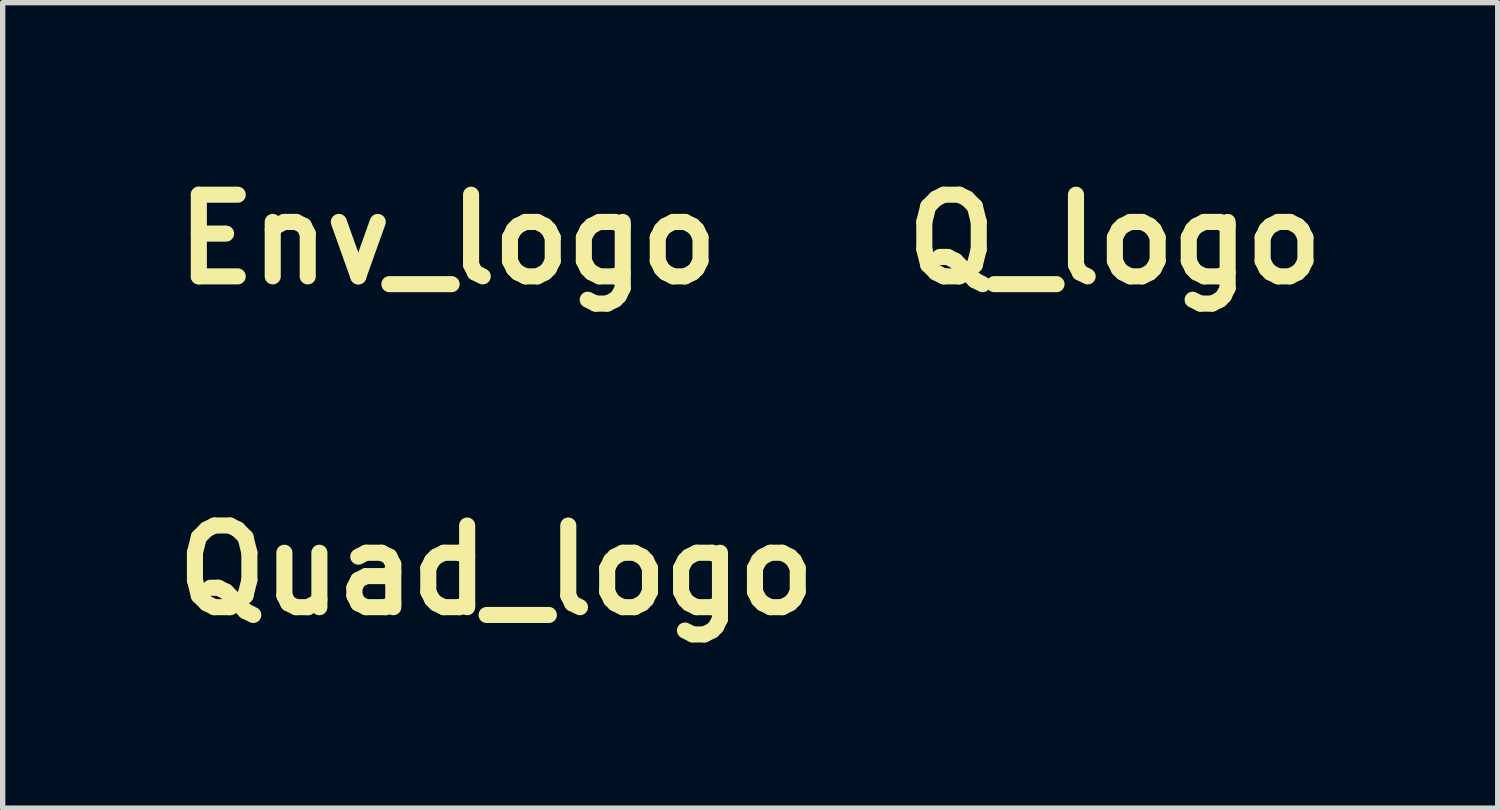
<source format=kicad_pcb>
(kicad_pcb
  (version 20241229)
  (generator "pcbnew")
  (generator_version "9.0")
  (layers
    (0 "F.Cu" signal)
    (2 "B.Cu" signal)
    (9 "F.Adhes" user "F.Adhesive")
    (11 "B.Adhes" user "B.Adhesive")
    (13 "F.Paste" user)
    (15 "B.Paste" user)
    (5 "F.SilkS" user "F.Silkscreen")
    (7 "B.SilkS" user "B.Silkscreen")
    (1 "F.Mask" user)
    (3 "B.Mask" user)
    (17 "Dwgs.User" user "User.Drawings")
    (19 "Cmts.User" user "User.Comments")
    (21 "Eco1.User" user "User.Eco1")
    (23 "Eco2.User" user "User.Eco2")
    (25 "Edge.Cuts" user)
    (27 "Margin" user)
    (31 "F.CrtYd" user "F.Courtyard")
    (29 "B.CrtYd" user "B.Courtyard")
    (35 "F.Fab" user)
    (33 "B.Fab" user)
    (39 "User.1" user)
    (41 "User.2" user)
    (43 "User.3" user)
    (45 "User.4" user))
  (footprint "Quad_logo"
    (layer "F.Cu")
    (at 6.212 7.591)
    (property "Reference" "Quad_logo" (at 0 0 0) (layer "F.SilkS") (effects (font (size 1.524 1.524) (thickness 0.3))))
    (attr board_only exclude_from_pos_files exclude_from_bom)
    (fp_poly (pts (xy -0.804 -0.134) (xy -0.802 0.158) (xy -0.794 0.378) (xy -0.778 0.535) (xy -0.751 0.64) (xy -0.711 0.703) (xy -0.653 0.734) (xy -0.577 0.742) (xy -0.57 0.742) (xy -0.442 0.742) (xy -0.472 -0.041) (xy -0.502 -0.825) (xy 0.093 -0.825) (xy 0.067 -0.696) (xy 0.059 -0.614) (xy 0.051 -0.465) (xy 0.046 -0.266) (xy 0.042 -0.032) (xy 0.041 0.189) (xy 0.041 0.473) (xy 0.038 0.686) (xy 0.023 0.837) (xy -0.01 0.939) (xy -0.067 1.001) (xy -0.156 1.034) (xy -0.283 1.05) (xy -0.455 1.058) (xy -0.514 1.061) (xy -0.702 1.067) (xy -0.833 1.062) (xy -0.934 1.042) (xy -1.029 1.004) (xy -1.072 0.982) (xy -1.184 0.914) (xy -1.275 0.831) (xy -1.348 0.723) (xy -1.405 0.581) (xy -1.452 0.394) (xy -1.49 0.152) (xy -1.523 -0.154) (xy -1.549 -0.464) (xy -1.577 -0.825) (xy -1.19 -0.825) (xy -0.804 -0.825)) (stroke (width 0) (type solid)) (fill yes) (layer "F.Mask"))
    (fp_poly (pts (xy 2.609 -0.805) (xy 2.875 -0.705) (xy 3.089 -0.555) (xy 3.229 -0.381) (xy 3.29 -0.221) (xy 3.325 -0.016) (xy 3.33 0.2) (xy 3.304 0.394) (xy 3.302 0.403) (xy 3.208 0.609) (xy 3.054 0.794) (xy 2.864 0.933) (xy 2.818 0.955) (xy 2.675 0.999) (xy 2.48 1.032) (xy 2.264 1.052) (xy 2.057 1.056) (xy 1.913 1.045) (xy 1.786 1.027) (xy 1.766 0.502) (xy 2.478 0.502) (xy 2.479 0.613) (xy 2.489 0.671) (xy 2.512 0.69) (xy 2.551 0.684) (xy 2.565 0.679) (xy 2.671 0.627) (xy 2.736 0.578) (xy 2.789 0.491) (xy 2.827 0.364) (xy 2.833 0.324) (xy 2.824 0.151) (xy 2.756 0.026) (xy 2.635 -0.042) (xy 2.598 -0.049) (xy 2.55 -0.052) (xy 2.519 -0.038) (xy 2.501 0.01) (xy 2.491 0.106) (xy 2.485 0.266) (xy 2.483 0.323) (xy 2.478 0.502) (xy 1.766 0.502) (xy 1.758 0.286) (xy 1.747 0.033) (xy 1.736 -0.204) (xy 1.724 -0.408) (xy 1.713 -0.561) (xy 1.706 -0.634) (xy 1.681 -0.814) (xy 1.955 -0.843) (xy 2.299 -0.852)) (stroke (width 0) (type solid)) (fill yes) (layer "F.Mask"))
    (fp_poly (pts (xy -2.129 -0.831) (xy -1.927 -0.705) (xy -1.771 -0.518) (xy -1.727 -0.435) (xy -1.668 -0.233) (xy -1.646 0.011) (xy -1.66 0.265) (xy -1.709 0.5) (xy -1.749 0.605) (xy -1.825 0.739) (xy -1.912 0.849) (xy -1.961 0.892) (xy -2.073 0.965) (xy -1.913 1.099) (xy -1.827 1.177) (xy -1.778 1.233) (xy -1.774 1.248) (xy -1.818 1.28) (xy -1.901 1.338) (xy -1.921 1.352) (xy -2.049 1.44) (xy -2.164 1.32) (xy -2.238 1.221) (xy -2.256 1.142) (xy -2.254 1.136) (xy -2.253 1.098) (xy -2.298 1.079) (xy -2.405 1.072) (xy -2.444 1.072) (xy -2.663 1.047) (xy -2.843 0.965) (xy -2.999 0.818) (xy -3.144 0.598) (xy -3.19 0.496) (xy -3.218 0.384) (xy -3.229 0.267) (xy -2.653 0.267) (xy -2.632 0.429) (xy -2.575 0.56) (xy -2.495 0.642) (xy -2.433 0.66) (xy -2.354 0.628) (xy -2.283 0.553) (xy -2.236 0.436) (xy -2.216 0.288) (xy -2.222 0.142) (xy -2.257 0.035) (xy -2.266 0.023) (xy -2.345 -0.025) (xy -2.433 -0.041) (xy -2.552 -0.013) (xy -2.624 0.076) (xy -2.652 0.231) (xy -2.653 0.267) (xy -3.229 0.267) (xy -3.232 0.237) (xy -3.236 0.062) (xy -3.233 -0.125) (xy -3.222 -0.256) (xy -3.197 -0.356) (xy -3.152 -0.453) (xy -3.125 -0.499) (xy -3.004 -0.669) (xy -2.862 -0.781) (xy -2.675 -0.854) (xy -2.609 -0.871) (xy -2.361 -0.889)) (stroke (width 0) (type solid)) (fill yes) (layer "F.Mask"))
    (fp_poly (pts (xy 1.279 -0.588) (xy 1.307 -0.456) (xy 1.347 -0.276) (xy 1.394 -0.064) (xy 1.445 0.164) (xy 1.497 0.391) (xy 1.546 0.6) (xy 1.587 0.777) (xy 1.618 0.903) (xy 1.633 0.959) (xy 1.636 0.994) (xy 1.607 1.016) (xy 1.533 1.027) (xy 1.398 1.031) (xy 1.318 1.031) (xy 1.151 1.029) (xy 1.048 1.02) (xy 0.992 1.001) (xy 0.966 0.967) (xy 0.96 0.947) (xy 0.943 0.897) (xy 0.913 0.887) (xy 0.848 0.918) (xy 0.79 0.951) (xy 0.696 0.997) (xy 0.637 1.007) (xy 0.629 0.999) (xy 0.595 0.936) (xy 0.561 0.886) (xy 0.521 0.84) (xy 0.497 0.861) (xy 0.48 0.921) (xy 0.45 0.993) (xy 0.393 1.024) (xy 0.288 1.031) (xy 0.185 1.023) (xy 0.128 1.002) (xy 0.124 0.994) (xy 0.133 0.943) (xy 0.158 0.827) (xy 0.193 0.67) (xy 0.578 0.67) (xy 0.603 0.696) (xy 0.684 0.685) (xy 0.705 0.68) (xy 0.804 0.656) (xy 0.86 0.636) (xy 0.862 0.635) (xy 0.862 0.588) (xy 0.838 0.497) (xy 0.802 0.392) (xy 0.763 0.304) (xy 0.735 0.263) (xy 0.699 0.283) (xy 0.655 0.364) (xy 0.613 0.491) (xy 0.589 0.592) (xy 0.578 0.67) (xy 0.193 0.67) (xy 0.195 0.661) (xy 0.242 0.46) (xy 0.264 0.365) (xy 0.32 0.125) (xy 0.374 -0.116) (xy 0.419 -0.333) (xy 0.452 -0.499) (xy 0.457 -0.526) (xy 0.508 -0.825) (xy 1.231 -0.825)) (stroke (width 0) (type solid)) (fill yes) (layer "F.Mask")))
  (footprint "Env_logo"
    (layer "F.Cu")
    (at 5.305 1.418)
    (property "Reference" "Env_logo" (at 0 0 0) (layer "F.SilkS") (effects (font (size 1.524 1.524) (thickness 0.3))))
    (attr board_only exclude_from_pos_files exclude_from_bom)
    (fp_poly (pts (xy 3.108 -1.333) (xy 3.413 -1.333) (xy 3.076 -0.288) (xy 2.955 0.089) (xy 2.84 0.455) (xy 2.739 0.779) (xy 2.663 1.032) (xy 2.631 1.141) (xy 2.523 1.524) (xy 1.865 1.524) (xy 1.715 1) (xy 1.638 0.741) (xy 1.533 0.403) (xy 1.412 0.024) (xy 1.288 -0.354) (xy 1.263 -0.429) (xy 0.962 -1.333) (xy 2.275 -1.333) (xy 2.318 -1.064) (xy 2.363 -0.817) (xy 2.418 -0.557) (xy 2.428 -0.517) (xy 2.474 -0.365) (xy 2.516 -0.317) (xy 2.562 -0.378) (xy 2.616 -0.554) (xy 2.664 -0.762) (xy 2.724 -1.03) (xy 2.771 -1.198) (xy 2.823 -1.289) (xy 2.898 -1.326) (xy 3.015 -1.334)) (stroke (width 0) (type solid)) (fill yes) (layer "F.Mask"))
    (fp_poly (pts (xy 0.493 -1.334) (xy 0.827 -1.333) (xy 0.786 -0.429) (xy 0.768 -0.046) (xy 0.747 0.343) (xy 0.726 0.697) (xy 0.707 0.972) (xy 0.706 0.993) (xy 0.667 1.51) (xy 0.045 1.041) (xy -0.199 0.86) (xy -0.408 0.712) (xy -0.561 0.611) (xy -0.636 0.572) (xy -0.637 0.572) (xy -0.667 0.63) (xy -0.688 0.784) (xy -0.698 1.004) (xy -0.699 1.048) (xy -0.699 1.524) (xy -1.257 1.524) (xy -1.294 1.032) (xy -1.312 0.768) (xy -1.332 0.424) (xy -1.353 0.046) (xy -1.369 -0.286) (xy -1.386 -0.605) (xy -1.404 -0.886) (xy -1.421 -1.098) (xy -1.436 -1.216) (xy -1.438 -1.222) (xy -1.44 -1.28) (xy -1.391 -1.314) (xy -1.267 -1.329) (xy -1.041 -1.333) (xy -1.013 -1.333) (xy -0.557 -1.334) (xy 0.204 -0.674) (xy 0.182 -1.004) (xy 0.159 -1.334)) (stroke (width 0) (type solid)) (fill yes) (layer "F.Mask"))
    (fp_poly (pts (xy -1.636 -0.873) (xy -1.651 -0.563) (xy -1.67 -0.36) (xy -1.707 -0.24) (xy -1.772 -0.185) (xy -1.877 -0.172) (xy -2.029 -0.181) (xy -2.218 -0.19) (xy -2.313 -0.173) (xy -2.346 -0.115) (xy -2.349 -0.038) (xy -2.34 0.059) (xy -2.291 0.108) (xy -2.17 0.125) (xy -2.024 0.127) (xy -1.699 0.127) (xy -1.738 0.325) (xy -1.766 0.481) (xy -1.778 0.579) (xy -1.778 0.579) (xy -1.835 0.613) (xy -1.978 0.632) (xy -2.064 0.635) (xy -2.239 0.64) (xy -2.323 0.672) (xy -2.348 0.754) (xy -2.349 0.831) (xy -2.349 1.028) (xy -2 1.006) (xy -1.651 0.984) (xy -1.691 1.206) (xy -1.725 1.368) (xy -1.755 1.47) (xy -1.758 1.476) (xy -1.829 1.494) (xy -2.001 1.509) (xy -2.251 1.519) (xy -2.553 1.524) (xy -2.599 1.524) (xy -3.412 1.524) (xy -3.458 0.18) (xy -3.473 -0.224) (xy -3.49 -0.588) (xy -3.506 -0.891) (xy -3.521 -1.113) (xy -3.534 -1.235) (xy -3.537 -1.249) (xy -3.527 -1.282) (xy -3.458 -1.306) (xy -3.314 -1.321) (xy -3.079 -1.33) (xy -2.739 -1.333) (xy -2.592 -1.334) (xy -1.615 -1.334)) (stroke (width 0) (type solid)) (fill yes) (layer "F.Mask")))
  (footprint "Q_logo"
    (layer "F.Cu")
    (at 17.754 1.418)
    (property "Reference" "Q_logo" (at 0 0 0) (layer "F.SilkS") (effects (font (size 1.524 1.524) (thickness 0.3))))
    (attr board_only exclude_from_pos_files exclude_from_bom)
    (fp_poly (pts (xy 0.278 -1.094) (xy 0.531 -0.936) (xy 0.727 -0.702) (xy 0.782 -0.597) (xy 0.856 -0.344) (xy 0.883 -0.038) (xy 0.866 0.281) (xy 0.804 0.575) (xy 0.754 0.707) (xy 0.659 0.875) (xy 0.55 1.014) (xy 0.489 1.067) (xy 0.349 1.159) (xy 0.548 1.326) (xy 0.657 1.425) (xy 0.718 1.495) (xy 0.723 1.514) (xy 0.668 1.554) (xy 0.563 1.627) (xy 0.538 1.644) (xy 0.378 1.755) (xy 0.234 1.605) (xy 0.141 1.48) (xy 0.119 1.382) (xy 0.121 1.374) (xy 0.122 1.326) (xy 0.066 1.302) (xy -0.069 1.293) (xy -0.118 1.293) (xy -0.392 1.261) (xy -0.619 1.159) (xy -0.814 0.975) (xy -0.995 0.698) (xy -1.054 0.571) (xy -1.089 0.43) (xy -1.103 0.283) (xy -0.379 0.283) (xy -0.353 0.486) (xy -0.282 0.651) (xy -0.181 0.754) (xy -0.103 0.776) (xy -0.005 0.736) (xy 0.085 0.643) (xy 0.144 0.495) (xy 0.169 0.309) (xy 0.161 0.127) (xy 0.116 -0.008) (xy 0.106 -0.023) (xy 0.006 -0.084) (xy -0.103 -0.103) (xy -0.254 -0.068) (xy -0.344 0.044) (xy -0.379 0.238) (xy -0.379 0.283) (xy -1.103 0.283) (xy -1.106 0.245) (xy -1.111 0.026) (xy -1.108 -0.209) (xy -1.094 -0.373) (xy -1.062 -0.499) (xy -1.005 -0.62) (xy -0.972 -0.678) (xy -0.82 -0.891) (xy -0.643 -1.032) (xy -0.407 -1.124) (xy -0.324 -1.145) (xy -0.013 -1.167)) (stroke (width 0) (type solid)) (fill yes) (layer "F.Mask")))
  (gr_rect
    (start -3 -3)
    (end 24.898 12.031)
    (stroke (width 0.1) (type default))
    (fill no)
    (layer "Edge.Cuts")))
</source>
